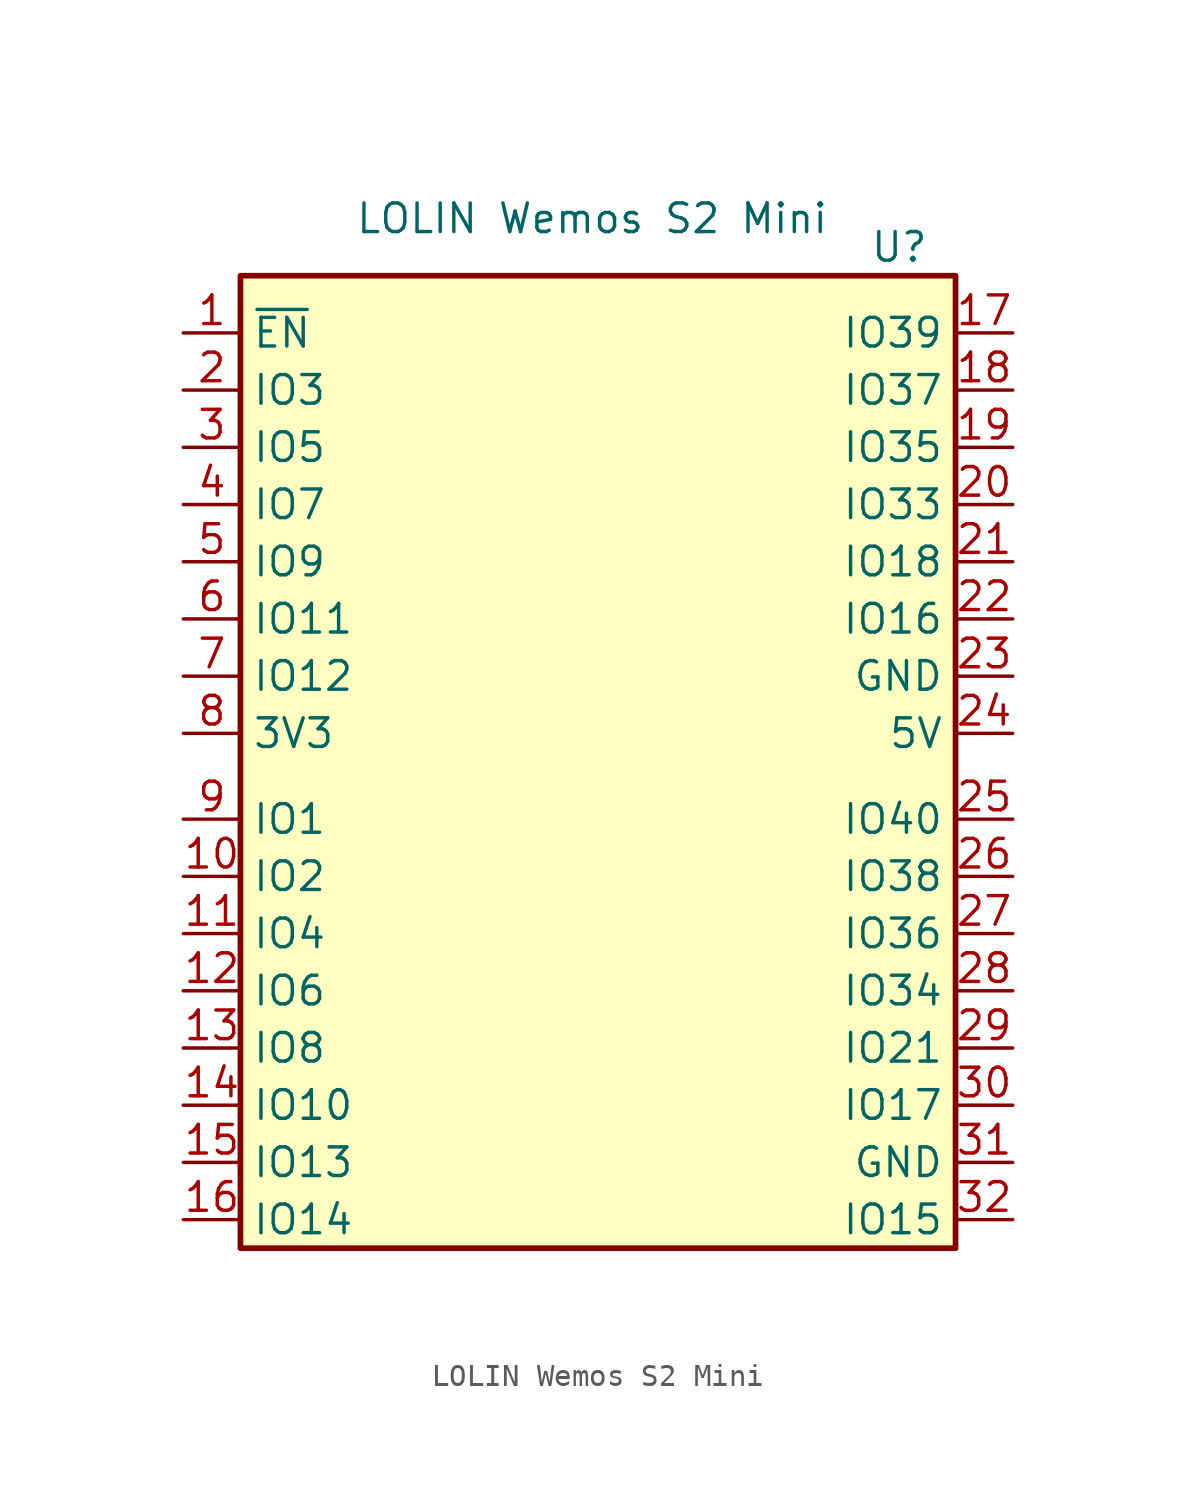
<source format=kicad_sym>
(kicad_symbol_lib
  (version 20211014)
  (generator kicad_symbol_editor)
  (symbol "LOLIN Wemos S2 Mini"
    (property "Reference" "U"
      (at 3.81 19.05 0)
      (effects (font (size 1.27 1.27)) (justify left)))
    (property "Value" "LOLIN Wemos S2 Mini"
      (at -19.05 20.32 0)
      (effects (font (size 1.27 1.27)) (justify left)))
    (symbol "LOLIN Wemos S2 Mini_1_1"
      (rectangle (start -24.13 17.78) (end 7.62 -25.4) (stroke (width 0.254) (type default) (color 0 0 0 0)) (fill (type background)))
      (pin input line (at -26.67 15.24 0) (length 2.54) (name "~{EN}" (effects (font (size 1.27 1.27)))) (number "1" (effects (font (size 1.27 1.27)))))
      (pin bidirectional line (at -26.67 -8.89 0) (length 2.54) (name "IO2" (effects (font (size 1.27 1.27)))) (number "10" (effects (font (size 1.27 1.27)))))
      (pin bidirectional line (at -26.67 -11.43 0) (length 2.54) (name "IO4" (effects (font (size 1.27 1.27)))) (number "11" (effects (font (size 1.27 1.27)))))
      (pin bidirectional line (at -26.67 -13.97 0) (length 2.54) (name "IO6" (effects (font (size 1.27 1.27)))) (number "12" (effects (font (size 1.27 1.27)))))
      (pin bidirectional line (at -26.67 -16.51 0) (length 2.54) (name "IO8" (effects (font (size 1.27 1.27)))) (number "13" (effects (font (size 1.27 1.27)))))
      (pin bidirectional line (at -26.67 -19.05 0) (length 2.54) (name "IO10" (effects (font (size 1.27 1.27)))) (number "14" (effects (font (size 1.27 1.27)))))
      (pin bidirectional line (at -26.67 -21.59 0) (length 2.54) (name "IO13" (effects (font (size 1.27 1.27)))) (number "15" (effects (font (size 1.27 1.27)))))
      (pin bidirectional line (at -26.67 -24.13 0) (length 2.54) (name "IO14" (effects (font (size 1.27 1.27)))) (number "16" (effects (font (size 1.27 1.27)))))
      (pin bidirectional line (at 10.16 15.24 180) (length 2.54) (name "IO39" (effects (font (size 1.27 1.27)))) (number "17" (effects (font (size 1.27 1.27)))))
      (pin bidirectional line (at 10.16 12.7 180) (length 2.54) (name "IO37" (effects (font (size 1.27 1.27)))) (number "18" (effects (font (size 1.27 1.27)))))
      (pin bidirectional line (at 10.16 10.16 180) (length 2.54) (name "IO35" (effects (font (size 1.27 1.27)))) (number "19" (effects (font (size 1.27 1.27)))))
      (pin bidirectional line (at -26.67 12.7 0) (length 2.54) (name "IO3" (effects (font (size 1.27 1.27)))) (number "2" (effects (font (size 1.27 1.27)))))
      (pin bidirectional line (at 10.16 7.62 180) (length 2.54) (name "IO33" (effects (font (size 1.27 1.27)))) (number "20" (effects (font (size 1.27 1.27)))))
      (pin bidirectional line (at 10.16 5.08 180) (length 2.54) (name "IO18" (effects (font (size 1.27 1.27)))) (number "21" (effects (font (size 1.27 1.27)))))
      (pin bidirectional line (at 10.16 2.54 180) (length 2.54) (name "IO16" (effects (font (size 1.27 1.27)))) (number "22" (effects (font (size 1.27 1.27)))))
      (pin power_in line (at 10.16 0 180) (length 2.54) (name "GND" (effects (font (size 1.27 1.27)))) (number "23" (effects (font (size 1.27 1.27)))))
      (pin power_in line (at 10.16 -2.54 180) (length 2.54) (name "5V" (effects (font (size 1.27 1.27)))) (number "24" (effects (font (size 1.27 1.27)))))
      (pin bidirectional line (at 10.16 -6.35 180) (length 2.54) (name "IO40" (effects (font (size 1.27 1.27)))) (number "25" (effects (font (size 1.27 1.27)))))
      (pin bidirectional line (at 10.16 -8.89 180) (length 2.54) (name "IO38" (effects (font (size 1.27 1.27)))) (number "26" (effects (font (size 1.27 1.27)))))
      (pin bidirectional line (at 10.16 -11.43 180) (length 2.54) (name "IO36" (effects (font (size 1.27 1.27)))) (number "27" (effects (font (size 1.27 1.27)))))
      (pin bidirectional line (at 10.16 -13.97 180) (length 2.54) (name "IO34" (effects (font (size 1.27 1.27)))) (number "28" (effects (font (size 1.27 1.27)))))
      (pin bidirectional line (at 10.16 -16.51 180) (length 2.54) (name "IO21" (effects (font (size 1.27 1.27)))) (number "29" (effects (font (size 1.27 1.27)))))
      (pin bidirectional line (at -26.67 10.16 0) (length 2.54) (name "IO5" (effects (font (size 1.27 1.27)))) (number "3" (effects (font (size 1.27 1.27)))))
      (pin bidirectional line (at 10.16 -19.05 180) (length 2.54) (name "IO17" (effects (font (size 1.27 1.27)))) (number "30" (effects (font (size 1.27 1.27)))))
      (pin power_in line (at 10.16 -21.59 180) (length 2.54) (name "GND" (effects (font (size 1.27 1.27)))) (number "31" (effects (font (size 1.27 1.27)))))
      (pin bidirectional line (at 10.16 -24.13 180) (length 2.54) (name "IO15" (effects (font (size 1.27 1.27)))) (number "32" (effects (font (size 1.27 1.27)))))
      (pin bidirectional line (at -26.67 7.62 0) (length 2.54) (name "IO7" (effects (font (size 1.27 1.27)))) (number "4" (effects (font (size 1.27 1.27)))))
      (pin bidirectional line (at -26.67 5.08 0) (length 2.54) (name "IO9" (effects (font (size 1.27 1.27)))) (number "5" (effects (font (size 1.27 1.27)))))
      (pin bidirectional line (at -26.67 2.54 0) (length 2.54) (name "IO11" (effects (font (size 1.27 1.27)))) (number "6" (effects (font (size 1.27 1.27)))))
      (pin bidirectional line (at -26.67 0 0) (length 2.54) (name "IO12" (effects (font (size 1.27 1.27)))) (number "7" (effects (font (size 1.27 1.27)))))
      (pin power_out line (at -26.67 -2.54 0) (length 2.54) (name "3V3" (effects (font (size 1.27 1.27)))) (number "8" (effects (font (size 1.27 1.27)))))
      (pin bidirectional line (at -26.67 -6.35 0) (length 2.54) (name "IO1" (effects (font (size 1.27 1.27)))) (number "9" (effects (font (size 1.27 1.27))))))))
</source>
